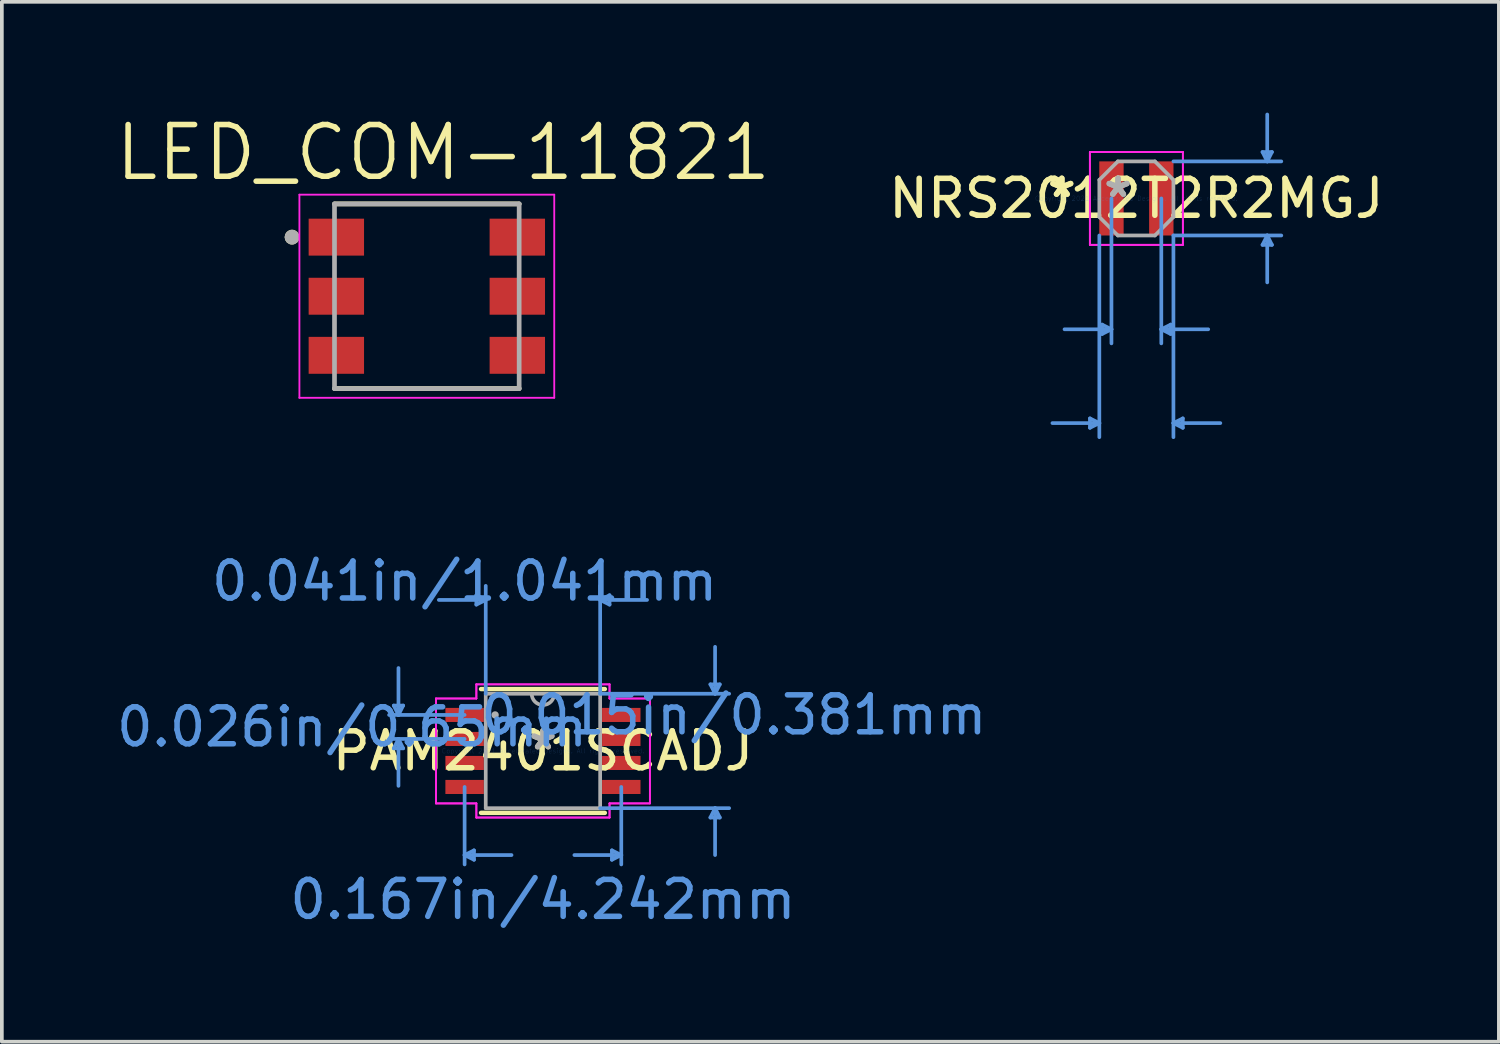
<source format=kicad_pcb>
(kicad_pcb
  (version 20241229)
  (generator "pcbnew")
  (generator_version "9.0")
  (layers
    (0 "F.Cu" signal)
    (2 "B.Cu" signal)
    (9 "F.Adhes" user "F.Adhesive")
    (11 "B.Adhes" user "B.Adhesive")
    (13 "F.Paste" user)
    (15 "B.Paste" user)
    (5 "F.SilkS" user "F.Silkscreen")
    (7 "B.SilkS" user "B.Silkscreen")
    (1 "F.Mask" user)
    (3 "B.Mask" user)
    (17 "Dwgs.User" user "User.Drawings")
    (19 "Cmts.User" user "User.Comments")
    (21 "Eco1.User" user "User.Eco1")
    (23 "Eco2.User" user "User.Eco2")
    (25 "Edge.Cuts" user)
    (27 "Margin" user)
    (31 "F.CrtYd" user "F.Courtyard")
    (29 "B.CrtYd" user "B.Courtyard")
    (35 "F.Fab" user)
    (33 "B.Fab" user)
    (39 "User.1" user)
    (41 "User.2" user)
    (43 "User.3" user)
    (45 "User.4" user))
  (footprint "NRS2012T2R2MGJ"
    (layer "F.Cu")
    (at 27.719 2.323)
    (property "Reference" "NRS2012T2R2MGJ" (at 0 0 0) (layer "F.SilkS") (effects (font (size 1 1) (thickness 0.15))))
    (attr through_hole)
    (fp_line (start -1.257 5.956) (end -1.257 6.21) (stroke (width 0.1) (type solid)) (layer "Cmts.User"))
    (fp_line (start -1.003 1.003) (end -1.003 6.464) (stroke (width 0.1) (type solid)) (layer "Cmts.User"))
    (fp_line (start -1.003 6.083) (end -2.273 6.083) (stroke (width 0.1) (type solid)) (layer "Cmts.User"))
    (fp_line (start -1.003 6.083) (end -1.257 5.956) (stroke (width 0.1) (type solid)) (layer "Cmts.User"))
    (fp_line (start -1.003 6.083) (end -1.257 6.21) (stroke (width 0.1) (type solid)) (layer "Cmts.User"))
    (fp_line (start -0.929 3.416) (end -0.929 3.67) (stroke (width 0.1) (type solid)) (layer "Cmts.User"))
    (fp_line (start -0.675 0) (end -0.675 3.924) (stroke (width 0.1) (type solid)) (layer "Cmts.User"))
    (fp_line (start -0.675 3.543) (end -1.945 3.543) (stroke (width 0.1) (type solid)) (layer "Cmts.User"))
    (fp_line (start -0.675 3.543) (end -0.929 3.416) (stroke (width 0.1) (type solid)) (layer "Cmts.User"))
    (fp_line (start -0.675 3.543) (end -0.929 3.67) (stroke (width 0.1) (type solid)) (layer "Cmts.User"))
    (fp_line (start 0.675 0) (end 0.675 3.924) (stroke (width 0.1) (type solid)) (layer "Cmts.User"))
    (fp_line (start 0.675 3.543) (end 0.929 3.416) (stroke (width 0.1) (type solid)) (layer "Cmts.User"))
    (fp_line (start 0.675 3.543) (end 0.929 3.67) (stroke (width 0.1) (type solid)) (layer "Cmts.User"))
    (fp_line (start 0.675 3.543) (end 1.945 3.543) (stroke (width 0.1) (type solid)) (layer "Cmts.User"))
    (fp_line (start 0.929 3.416) (end 0.929 3.67) (stroke (width 0.1) (type solid)) (layer "Cmts.User"))
    (fp_line (start 1.003 -1.003) (end 3.924 -1.003) (stroke (width 0.1) (type solid)) (layer "Cmts.User"))
    (fp_line (start 1.003 1.003) (end 1.003 6.464) (stroke (width 0.1) (type solid)) (layer "Cmts.User"))
    (fp_line (start 1.003 1.003) (end 3.924 1.003) (stroke (width 0.1) (type solid)) (layer "Cmts.User"))
    (fp_line (start 1.003 6.083) (end 1.257 5.956) (stroke (width 0.1) (type solid)) (layer "Cmts.User"))
    (fp_line (start 1.003 6.083) (end 1.257 6.21) (stroke (width 0.1) (type solid)) (layer "Cmts.User"))
    (fp_line (start 1.003 6.083) (end 2.273 6.083) (stroke (width 0.1) (type solid)) (layer "Cmts.User"))
    (fp_line (start 1.257 5.956) (end 1.257 6.21) (stroke (width 0.1) (type solid)) (layer "Cmts.User"))
    (fp_line (start 3.416 -1.257) (end 3.67 -1.257) (stroke (width 0.1) (type solid)) (layer "Cmts.User"))
    (fp_line (start 3.416 1.257) (end 3.67 1.257) (stroke (width 0.1) (type solid)) (layer "Cmts.User"))
    (fp_line (start 3.543 -1.003) (end 3.416 -1.257) (stroke (width 0.1) (type solid)) (layer "Cmts.User"))
    (fp_line (start 3.543 -1.003) (end 3.543 -2.273) (stroke (width 0.1) (type solid)) (layer "Cmts.User"))
    (fp_line (start 3.543 -1.003) (end 3.67 -1.257) (stroke (width 0.1) (type solid)) (layer "Cmts.User"))
    (fp_line (start 3.543 1.003) (end 3.416 1.257) (stroke (width 0.1) (type solid)) (layer "Cmts.User"))
    (fp_line (start 3.543 1.003) (end 3.543 2.273) (stroke (width 0.1) (type solid)) (layer "Cmts.User"))
    (fp_line (start 3.543 1.003) (end 3.67 1.257) (stroke (width 0.1) (type solid)) (layer "Cmts.User"))
    (fp_line (start -1.259 -1.257) (end 1.259 -1.257) (stroke (width 0.05) (type solid)) (layer "F.CrtYd"))
    (fp_line (start -1.259 -1.257) (end 1.259 -1.257) (stroke (width 0.05) (type solid)) (layer "F.CrtYd"))
    (fp_line (start -1.259 1.257) (end -1.259 -1.257) (stroke (width 0.05) (type solid)) (layer "F.CrtYd"))
    (fp_line (start -1.259 1.257) (end -1.259 -1.257) (stroke (width 0.05) (type solid)) (layer "F.CrtYd"))
    (fp_line (start 1.259 -1.257) (end 1.259 1.257) (stroke (width 0.05) (type solid)) (layer "F.CrtYd"))
    (fp_line (start 1.259 -1.257) (end 1.259 1.257) (stroke (width 0.05) (type solid)) (layer "F.CrtYd"))
    (fp_line (start 1.259 1.257) (end -1.259 1.257) (stroke (width 0.05) (type solid)) (layer "F.CrtYd"))
    (fp_line (start 1.259 1.257) (end -1.259 1.257) (stroke (width 0.05) (type solid)) (layer "F.CrtYd"))
    (fp_line (start -1.003 -0.502) (end -1.003 0.502) (stroke (width 0.1) (type solid)) (layer "F.Fab"))
    (fp_line (start -1.003 0.502) (end -0.502 1.003) (stroke (width 0.1) (type solid)) (layer "F.Fab"))
    (fp_line (start -0.502 -1.003) (end -1.003 -0.502) (stroke (width 0.1) (type solid)) (layer "F.Fab"))
    (fp_line (start -0.502 1.003) (end 0.502 1.003) (stroke (width 0.1) (type solid)) (layer "F.Fab"))
    (fp_line (start 0.502 -1.003) (end -0.502 -1.003) (stroke (width 0.1) (type solid)) (layer "F.Fab"))
    (fp_line (start 0.502 1.003) (end 1.003 0.502) (stroke (width 0.1) (type solid)) (layer "F.Fab"))
    (fp_line (start 1.003 -0.502) (end 0.502 -1.003) (stroke (width 0.1) (type solid)) (layer "F.Fab"))
    (fp_line (start 1.003 0.502) (end 1.003 -0.502) (stroke (width 0.1) (type solid)) (layer "F.Fab"))
    (fp_text user "*" (at -2.019 0 0) (layer "F.SilkS") (effects (font (size 1 1) (thickness 0.15))))
    (fp_text user "*" (at -2.019 0 0) (layer "F.SilkS") (effects (font (size 1 1) (thickness 0.15))))
    (fp_text user "Copyright 2021 Accelerated Designs. All rights reserved." (at 0 0 0) (layer "Cmts.User") (effects (font (size 0.127 0.127) (thickness 0.002))))
    (fp_text user "*" (at -0.495 0 0) (layer "F.Fab") (effects (font (size 1 1) (thickness 0.15))))
    (fp_text user "*" (at -0.495 0 0) (layer "F.Fab") (effects (font (size 1 1) (thickness 0.15))))
    (pad "1" smd rect (at -0.675 0) (size 0.66 2.007) (layers "F.Cu" "F.Mask" "F.Paste"))
    (pad "2" smd rect (at 0.675 0) (size 0.66 2.007) (layers "F.Cu" "F.Mask" "F.Paste")))
  (footprint "PAM2401SCADJ"
    (layer "F.Cu")
    (at 11.651 17.283)
    (property "Reference" "PAM2401SCADJ" (at 0 0 0) (layer "F.SilkS") (effects (font (size 1 1) (thickness 0.15))))
    (attr through_hole)
    (fp_line (start -1.676 1.676) (end 1.676 1.676) (stroke (width 0.12) (type solid)) (layer "F.SilkS"))
    (fp_line (start 1.676 -1.676) (end -1.676 -1.676) (stroke (width 0.12) (type solid)) (layer "F.SilkS"))
    (fp_line (start -4.039 -1.229) (end -3.912 -0.975) (stroke (width 0.1) (type solid)) (layer "Cmts.User"))
    (fp_line (start -4.039 -0.071) (end -3.912 -0.325) (stroke (width 0.1) (type solid)) (layer "Cmts.User"))
    (fp_line (start -3.912 -0.975) (end -3.912 -2.245) (stroke (width 0.1) (type solid)) (layer "Cmts.User"))
    (fp_line (start -3.912 -0.975) (end -3.785 -1.229) (stroke (width 0.1) (type solid)) (layer "Cmts.User"))
    (fp_line (start -3.912 -0.325) (end -3.912 0.945) (stroke (width 0.1) (type solid)) (layer "Cmts.User"))
    (fp_line (start -3.912 -0.325) (end -3.785 -0.071) (stroke (width 0.1) (type solid)) (layer "Cmts.User"))
    (fp_line (start -3.785 -1.229) (end -4.039 -1.229) (stroke (width 0.1) (type solid)) (layer "Cmts.User"))
    (fp_line (start -3.785 -0.071) (end -4.039 -0.071) (stroke (width 0.1) (type solid)) (layer "Cmts.User"))
    (fp_line (start -2.121 -0.975) (end -4.166 -0.975) (stroke (width 0.1) (type solid)) (layer "Cmts.User"))
    (fp_line (start -2.121 -0.325) (end -4.166 -0.325) (stroke (width 0.1) (type solid)) (layer "Cmts.User"))
    (fp_line (start -2.121 0.975) (end -2.121 3.073) (stroke (width 0.1) (type solid)) (layer "Cmts.User"))
    (fp_line (start -2.121 2.819) (end -1.867 2.946) (stroke (width 0.1) (type solid)) (layer "Cmts.User"))
    (fp_line (start -2.121 2.819) (end -0.851 2.819) (stroke (width 0.1) (type solid)) (layer "Cmts.User"))
    (fp_line (start -1.867 2.692) (end -2.121 2.819) (stroke (width 0.1) (type solid)) (layer "Cmts.User"))
    (fp_line (start -1.867 2.946) (end -1.867 2.692) (stroke (width 0.1) (type solid)) (layer "Cmts.User"))
    (fp_line (start -1.803 -4.216) (end -1.803 -3.962) (stroke (width 0.1) (type solid)) (layer "Cmts.User"))
    (fp_line (start -1.549 -4.089) (end -2.819 -4.089) (stroke (width 0.1) (type solid)) (layer "Cmts.User"))
    (fp_line (start -1.549 -4.089) (end -1.803 -4.216) (stroke (width 0.1) (type solid)) (layer "Cmts.User"))
    (fp_line (start -1.549 -4.089) (end -1.803 -3.962) (stroke (width 0.1) (type solid)) (layer "Cmts.User"))
    (fp_line (start -1.549 -1.549) (end -1.549 -4.47) (stroke (width 0.1) (type solid)) (layer "Cmts.User"))
    (fp_line (start 1.549 -4.089) (end 1.803 -4.216) (stroke (width 0.1) (type solid)) (layer "Cmts.User"))
    (fp_line (start 1.549 -4.089) (end 1.803 -3.962) (stroke (width 0.1) (type solid)) (layer "Cmts.User"))
    (fp_line (start 1.549 -4.089) (end 2.819 -4.089) (stroke (width 0.1) (type solid)) (layer "Cmts.User"))
    (fp_line (start 1.549 -1.549) (end 1.549 -4.47) (stroke (width 0.1) (type solid)) (layer "Cmts.User"))
    (fp_line (start 1.549 -1.549) (end 5.042 -1.549) (stroke (width 0.1) (type solid)) (layer "Cmts.User"))
    (fp_line (start 1.549 1.549) (end 5.042 1.549) (stroke (width 0.1) (type solid)) (layer "Cmts.User"))
    (fp_line (start 1.803 -4.216) (end 1.803 -3.962) (stroke (width 0.1) (type solid)) (layer "Cmts.User"))
    (fp_line (start 1.867 2.692) (end 2.121 2.819) (stroke (width 0.1) (type solid)) (layer "Cmts.User"))
    (fp_line (start 1.867 2.946) (end 1.867 2.692) (stroke (width 0.1) (type solid)) (layer "Cmts.User"))
    (fp_line (start 2.121 0.975) (end 2.121 3.073) (stroke (width 0.1) (type solid)) (layer "Cmts.User"))
    (fp_line (start 2.121 2.819) (end 0.851 2.819) (stroke (width 0.1) (type solid)) (layer "Cmts.User"))
    (fp_line (start 2.121 2.819) (end 1.867 2.946) (stroke (width 0.1) (type solid)) (layer "Cmts.User"))
    (fp_line (start 4.534 -1.803) (end 4.788 -1.803) (stroke (width 0.1) (type solid)) (layer "Cmts.User"))
    (fp_line (start 4.534 1.803) (end 4.788 1.803) (stroke (width 0.1) (type solid)) (layer "Cmts.User"))
    (fp_line (start 4.661 -1.549) (end 4.534 -1.803) (stroke (width 0.1) (type solid)) (layer "Cmts.User"))
    (fp_line (start 4.661 -1.549) (end 4.661 -2.819) (stroke (width 0.1) (type solid)) (layer "Cmts.User"))
    (fp_line (start 4.661 -1.549) (end 4.788 -1.803) (stroke (width 0.1) (type solid)) (layer "Cmts.User"))
    (fp_line (start 4.661 1.549) (end 4.534 1.803) (stroke (width 0.1) (type solid)) (layer "Cmts.User"))
    (fp_line (start 4.661 1.549) (end 4.661 2.819) (stroke (width 0.1) (type solid)) (layer "Cmts.User"))
    (fp_line (start 4.661 1.549) (end 4.788 1.803) (stroke (width 0.1) (type solid)) (layer "Cmts.User"))
    (fp_line (start -2.896 -1.42) (end -1.803 -1.42) (stroke (width 0.05) (type solid)) (layer "F.CrtYd"))
    (fp_line (start -2.896 -1.42) (end -1.803 -1.42) (stroke (width 0.05) (type solid)) (layer "F.CrtYd"))
    (fp_line (start -2.896 1.42) (end -2.896 -1.42) (stroke (width 0.05) (type solid)) (layer "F.CrtYd"))
    (fp_line (start -2.896 1.42) (end -2.896 -1.42) (stroke (width 0.05) (type solid)) (layer "F.CrtYd"))
    (fp_line (start -2.896 1.42) (end -1.803 1.42) (stroke (width 0.05) (type solid)) (layer "F.CrtYd"))
    (fp_line (start -1.803 -1.803) (end 1.803 -1.803) (stroke (width 0.05) (type solid)) (layer "F.CrtYd"))
    (fp_line (start -1.803 -1.803) (end 1.803 -1.803) (stroke (width 0.05) (type solid)) (layer "F.CrtYd"))
    (fp_line (start -1.803 -1.42) (end -1.803 -1.803) (stroke (width 0.05) (type solid)) (layer "F.CrtYd"))
    (fp_line (start -1.803 -1.42) (end -1.803 -1.803) (stroke (width 0.05) (type solid)) (layer "F.CrtYd"))
    (fp_line (start -1.803 1.42) (end -2.896 1.42) (stroke (width 0.05) (type solid)) (layer "F.CrtYd"))
    (fp_line (start -1.803 1.803) (end -1.803 1.42) (stroke (width 0.05) (type solid)) (layer "F.CrtYd"))
    (fp_line (start -1.803 1.803) (end -1.803 1.42) (stroke (width 0.05) (type solid)) (layer "F.CrtYd"))
    (fp_line (start 1.803 -1.803) (end 1.803 -1.42) (stroke (width 0.05) (type solid)) (layer "F.CrtYd"))
    (fp_line (start 1.803 -1.803) (end 1.803 -1.42) (stroke (width 0.05) (type solid)) (layer "F.CrtYd"))
    (fp_line (start 1.803 -1.42) (end 2.896 -1.42) (stroke (width 0.05) (type solid)) (layer "F.CrtYd"))
    (fp_line (start 1.803 1.42) (end 1.803 1.803) (stroke (width 0.05) (type solid)) (layer "F.CrtYd"))
    (fp_line (start 1.803 1.42) (end 1.803 1.803) (stroke (width 0.05) (type solid)) (layer "F.CrtYd"))
    (fp_line (start 1.803 1.803) (end -1.803 1.803) (stroke (width 0.05) (type solid)) (layer "F.CrtYd"))
    (fp_line (start 1.803 1.803) (end -1.803 1.803) (stroke (width 0.05) (type solid)) (layer "F.CrtYd"))
    (fp_line (start 2.896 -1.42) (end 1.803 -1.42) (stroke (width 0.05) (type solid)) (layer "F.CrtYd"))
    (fp_line (start 2.896 -1.42) (end 2.896 1.42) (stroke (width 0.05) (type solid)) (layer "F.CrtYd"))
    (fp_line (start 2.896 -1.42) (end 2.896 1.42) (stroke (width 0.05) (type solid)) (layer "F.CrtYd"))
    (fp_line (start 2.896 1.42) (end 1.803 1.42) (stroke (width 0.05) (type solid)) (layer "F.CrtYd"))
    (fp_line (start 2.896 1.42) (end 1.803 1.42) (stroke (width 0.05) (type solid)) (layer "F.CrtYd"))
    (fp_line (start -1.549 -1.549) (end -1.549 1.549) (stroke (width 0.1) (type solid)) (layer "F.Fab"))
    (fp_line (start -1.549 1.549) (end 1.549 1.549) (stroke (width 0.1) (type solid)) (layer "F.Fab"))
    (fp_line (start 1.549 -1.549) (end -1.549 -1.549) (stroke (width 0.1) (type solid)) (layer "F.Fab"))
    (fp_line (start 1.549 1.549) (end 1.549 -1.549) (stroke (width 0.1) (type solid)) (layer "F.Fab"))
    (fp_arc (start 0.3048 -1.5494) (mid 0 -1.2446) (end -0.3048 -1.5494) (stroke (width 0.1) (type solid)) (layer "F.Fab"))
    (fp_circle (center -1.295 -0.975) (end -1.295 -0.975) (stroke (width 0.1) (type solid)) (fill no) (layer "F.Fab"))
    (fp_text user "*" (at 0 0 0) (layer "F.SilkS") (effects (font (size 1 1) (thickness 0.15))))
    (fp_text user "0.167in/4.242mm" (at 0 4.023 0) (layer "Cmts.User") (effects (font (size 1 1) (thickness 0.15))))
    (fp_text user "0.041in/1.041mm" (at -2.121 -4.597 0) (layer "Cmts.User") (effects (font (size 1 1) (thickness 0.15))))
    (fp_text user "Copyright 2021 Accelerated Designs. All rights reserved." (at 0 0 0) (layer "Cmts.User") (effects (font (size 0.127 0.127) (thickness 0.002))))
    (fp_text user "0.015in/0.381mm" (at 5.169 -0.975 0) (layer "Cmts.User") (effects (font (size 1 1) (thickness 0.15))))
    (fp_text user "0.026in/0.65mm" (at -5.169 -0.65 0) (layer "Cmts.User") (effects (font (size 1 1) (thickness 0.15))))
    (fp_text user "*" (at 0 0 0) (layer "F.Fab") (effects (font (size 1 1) (thickness 0.15))))
    (pad "1" smd rect (at -2.121 -0.975) (size 1.041 0.381) (layers "F.Cu" "F.Mask" "F.Paste"))
    (pad "2" smd rect (at -2.121 -0.325) (size 1.041 0.381) (layers "F.Cu" "F.Mask" "F.Paste"))
    (pad "3" smd rect (at -2.121 0.325) (size 1.041 0.381) (layers "F.Cu" "F.Mask" "F.Paste"))
    (pad "4" smd rect (at -2.121 0.975) (size 1.041 0.381) (layers "F.Cu" "F.Mask" "F.Paste"))
    (pad "5" smd rect (at 2.121 0.975) (size 1.041 0.381) (layers "F.Cu" "F.Mask" "F.Paste"))
    (pad "6" smd rect (at 2.121 0.325) (size 1.041 0.381) (layers "F.Cu" "F.Mask" "F.Paste"))
    (pad "7" smd rect (at 2.121 -0.325) (size 1.041 0.381) (layers "F.Cu" "F.Mask" "F.Paste"))
    (pad "8" smd rect (at 2.121 -0.975) (size 1.041 0.381) (layers "F.Cu" "F.Mask" "F.Paste")))
  (footprint "LED_COM-11821"
    (layer "F.Cu")
    (at 8.507 4.971)
    (property "Reference" "LED_COM-11821" (at 0.445 -3.889 0) (layer "F.SilkS") (effects (font (size 1.4 1.4) (thickness 0.15))))
    (attr through_hole)
    (fp_line (start -2.5 -2.5) (end 2.5 -2.5) (stroke (width 0.127) (type solid)) (layer "F.SilkS"))
    (fp_line (start 2.5 2.5) (end -2.5 2.5) (stroke (width 0.127) (type solid)) (layer "F.SilkS"))
    (fp_circle (center -3.65 -1.6) (end -3.55 -1.6) (stroke (width 0.2) (type solid)) (fill no) (layer "F.SilkS"))
    (fp_line (start -3.45 -2.75) (end 3.45 -2.75) (stroke (width 0.05) (type solid)) (layer "F.CrtYd"))
    (fp_line (start -3.45 2.75) (end -3.45 -2.75) (stroke (width 0.05) (type solid)) (layer "F.CrtYd"))
    (fp_line (start 3.45 -2.75) (end 3.45 2.75) (stroke (width 0.05) (type solid)) (layer "F.CrtYd"))
    (fp_line (start 3.45 2.75) (end -3.45 2.75) (stroke (width 0.05) (type solid)) (layer "F.CrtYd"))
    (fp_line (start -2.5 -2.5) (end 2.5 -2.5) (stroke (width 0.127) (type solid)) (layer "F.Fab"))
    (fp_line (start -2.5 2.5) (end -2.5 -2.5) (stroke (width 0.127) (type solid)) (layer "F.Fab"))
    (fp_line (start 2.5 -2.5) (end 2.5 2.5) (stroke (width 0.127) (type solid)) (layer "F.Fab"))
    (fp_line (start 2.5 2.5) (end -2.5 2.5) (stroke (width 0.127) (type solid)) (layer "F.Fab"))
    (fp_circle (center -3.65 -1.6) (end -3.55 -1.6) (stroke (width 0.2) (type solid)) (fill no) (layer "F.Fab"))
    (pad "1" smd rect (at -2.45 -1.6) (size 1.5 1) (layers "F.Cu" "F.Mask" "F.Paste"))
    (pad "2" smd rect (at -2.45 0) (size 1.5 1) (layers "F.Cu" "F.Mask" "F.Paste"))
    (pad "3" smd rect (at -2.45 1.6) (size 1.5 1) (layers "F.Cu" "F.Mask" "F.Paste"))
    (pad "4" smd rect (at 2.45 1.6) (size 1.5 1) (layers "F.Cu" "F.Mask" "F.Paste"))
    (pad "5" smd rect (at 2.45 0) (size 1.5 1) (layers "F.Cu" "F.Mask" "F.Paste"))
    (pad "6" smd rect (at 2.45 -1.6) (size 1.5 1) (layers "F.Cu" "F.Mask" "F.Paste")))
  (gr_rect
    (start -3 -3)
    (end 37.534 25.155)
    (stroke (width 0.1) (type default))
    (fill no)
    (layer "Edge.Cuts")))
</source>
